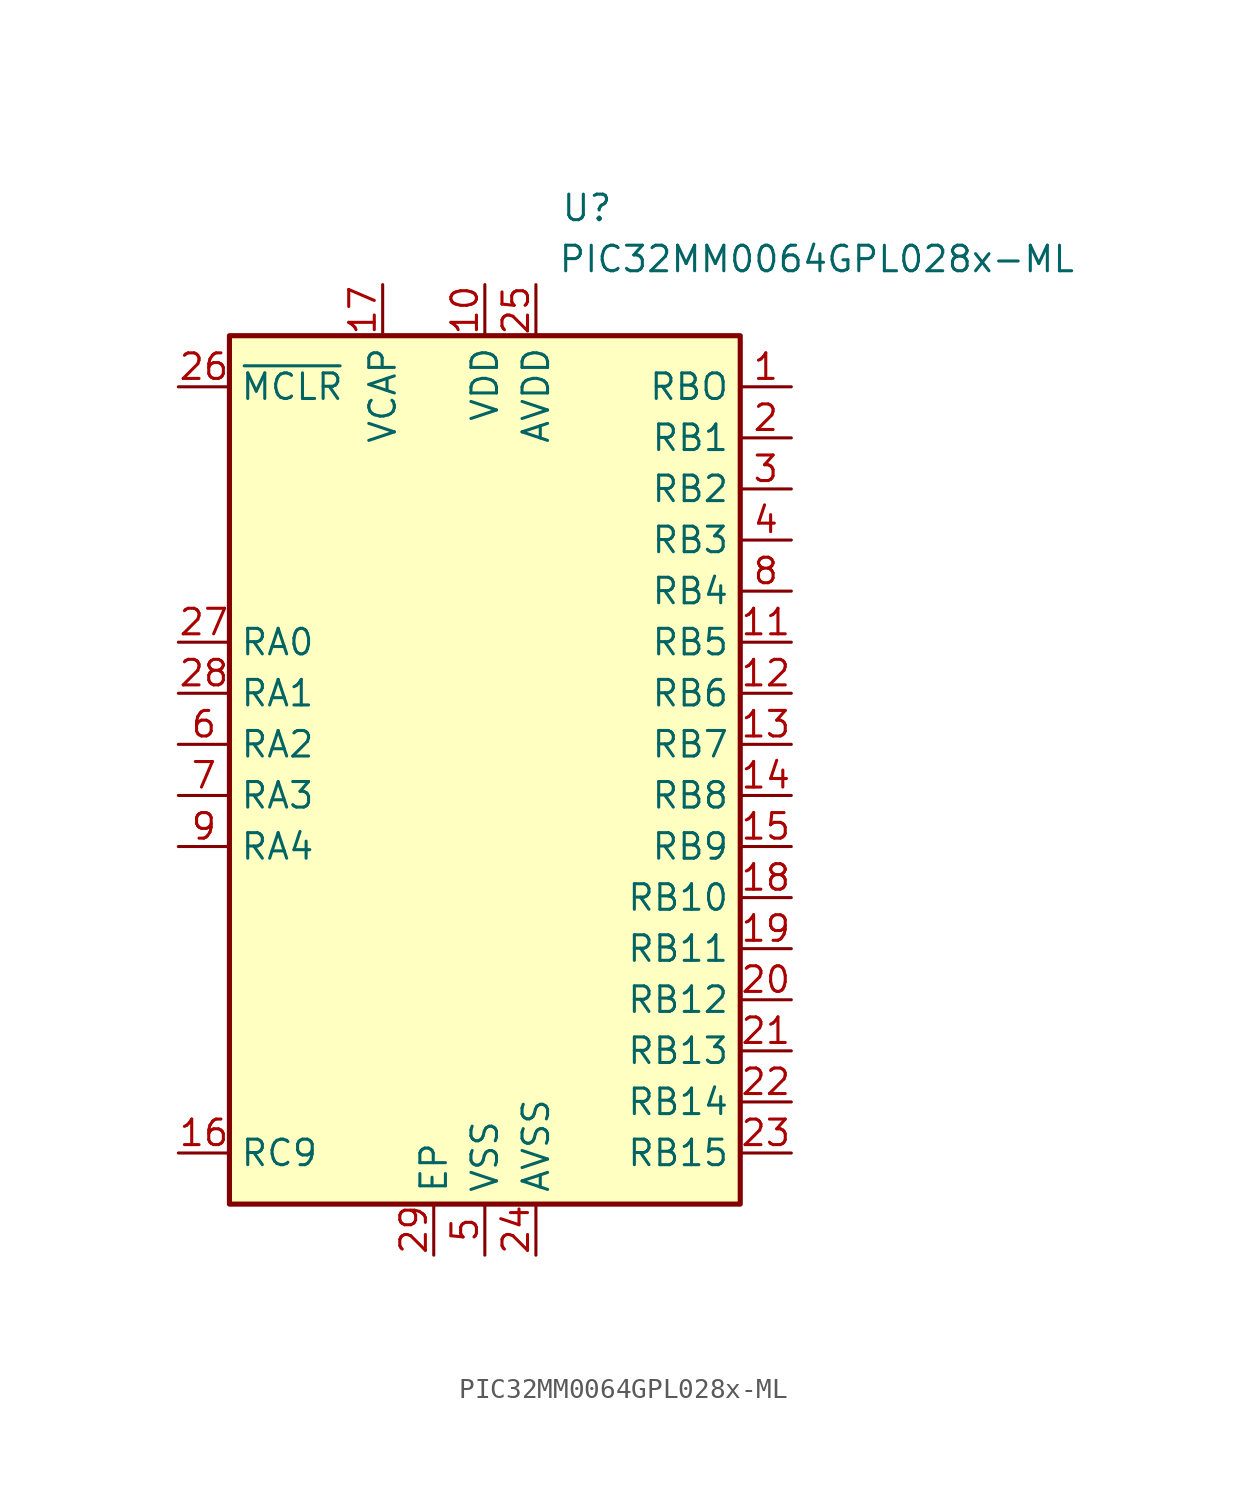
<source format=kicad_sym>
(kicad_symbol_lib
  (version 20201005)
  (generator kicad_symbol_editor)
  (symbol "PIC32MM0064GPL028x-ML"
    (property "Reference" "U"
      (at 5.08 26.67 0)
      (effects (font (size 1.27 1.27))))
    (property "Value" "PIC32MM0064GPL028x-ML"
      (at 16.51 24.13 0)
      (effects (font (size 1.27 1.27))))
    (symbol "PIC32MM0064GPL028x-ML_0_0"
      (pin bidirectional line (at 15.24 17.78 180) (length 2.54) (name "RBO" (effects (font (size 1.27 1.27)))) (number "1" (effects (font (size 1.27 1.27)))))
      (pin power_in line (at 0 22.86 270) (length 2.54) (name "VDD" (effects (font (size 1.27 1.27)))) (number "10" (effects (font (size 1.27 1.27)))))
      (pin bidirectional line (at 15.24 5.08 180) (length 2.54) (name "RB5" (effects (font (size 1.27 1.27)))) (number "11" (effects (font (size 1.27 1.27)))))
      (pin bidirectional line (at 15.24 2.54 180) (length 2.54) (name "RB6" (effects (font (size 1.27 1.27)))) (number "12" (effects (font (size 1.27 1.27)))))
      (pin bidirectional line (at 15.24 0 180) (length 2.54) (name "RB7" (effects (font (size 1.27 1.27)))) (number "13" (effects (font (size 1.27 1.27)))))
      (pin bidirectional line (at 15.24 -2.54 180) (length 2.54) (name "RB8" (effects (font (size 1.27 1.27)))) (number "14" (effects (font (size 1.27 1.27)))))
      (pin bidirectional line (at 15.24 -5.08 180) (length 2.54) (name "RB9" (effects (font (size 1.27 1.27)))) (number "15" (effects (font (size 1.27 1.27)))))
      (pin bidirectional line (at -15.24 -20.32 0) (length 2.54) (name "RC9" (effects (font (size 1.27 1.27)))) (number "16" (effects (font (size 1.27 1.27)))))
      (pin power_out line (at -5.08 22.86 270) (length 2.54) (name "VCAP" (effects (font (size 1.27 1.27)))) (number "17" (effects (font (size 1.27 1.27)))))
      (pin bidirectional line (at 15.24 -7.62 180) (length 2.54) (name "RB10" (effects (font (size 1.27 1.27)))) (number "18" (effects (font (size 1.27 1.27)))))
      (pin bidirectional line (at 15.24 -10.16 180) (length 2.54) (name "RB11" (effects (font (size 1.27 1.27)))) (number "19" (effects (font (size 1.27 1.27)))))
      (pin bidirectional line (at 15.24 15.24 180) (length 2.54) (name "RB1" (effects (font (size 1.27 1.27)))) (number "2" (effects (font (size 1.27 1.27)))))
      (pin bidirectional line (at 15.24 -12.7 180) (length 2.54) (name "RB12" (effects (font (size 1.27 1.27)))) (number "20" (effects (font (size 1.27 1.27)))))
      (pin bidirectional line (at 15.24 -15.24 180) (length 2.54) (name "RB13" (effects (font (size 1.27 1.27)))) (number "21" (effects (font (size 1.27 1.27)))))
      (pin bidirectional line (at 15.24 -17.78 180) (length 2.54) (name "RB14" (effects (font (size 1.27 1.27)))) (number "22" (effects (font (size 1.27 1.27)))))
      (pin bidirectional line (at 15.24 -20.32 180) (length 2.54) (name "RB15" (effects (font (size 1.27 1.27)))) (number "23" (effects (font (size 1.27 1.27)))))
      (pin power_in line (at 2.54 -25.4 90) (length 2.54) (name "AVSS" (effects (font (size 1.27 1.27)))) (number "24" (effects (font (size 1.27 1.27)))))
      (pin power_in line (at 2.54 22.86 270) (length 2.54) (name "AVDD" (effects (font (size 1.27 1.27)))) (number "25" (effects (font (size 1.27 1.27)))))
      (pin input line (at -15.24 17.78 0) (length 2.54) (name "~MCLR~" (effects (font (size 1.27 1.27)))) (number "26" (effects (font (size 1.27 1.27)))))
      (pin bidirectional line (at -15.24 5.08 0) (length 2.54) (name "RA0" (effects (font (size 1.27 1.27)))) (number "27" (effects (font (size 1.27 1.27)))))
      (pin bidirectional line (at -15.24 2.54 0) (length 2.54) (name "RA1" (effects (font (size 1.27 1.27)))) (number "28" (effects (font (size 1.27 1.27)))))
      (pin passive line (at -2.54 -25.4 90) (length 2.54) (name "EP" (effects (font (size 1.27 1.27)))) (number "29" (effects (font (size 1.27 1.27)))))
      (pin bidirectional line (at 15.24 12.7 180) (length 2.54) (name "RB2" (effects (font (size 1.27 1.27)))) (number "3" (effects (font (size 1.27 1.27)))))
      (pin bidirectional line (at 15.24 10.16 180) (length 2.54) (name "RB3" (effects (font (size 1.27 1.27)))) (number "4" (effects (font (size 1.27 1.27)))))
      (pin power_in line (at 0 -25.4 90) (length 2.54) (name "VSS" (effects (font (size 1.27 1.27)))) (number "5" (effects (font (size 1.27 1.27)))))
      (pin bidirectional line (at -15.24 0 0) (length 2.54) (name "RA2" (effects (font (size 1.27 1.27)))) (number "6" (effects (font (size 1.27 1.27)))))
      (pin bidirectional line (at -15.24 -2.54 0) (length 2.54) (name "RA3" (effects (font (size 1.27 1.27)))) (number "7" (effects (font (size 1.27 1.27)))))
      (pin bidirectional line (at 15.24 7.62 180) (length 2.54) (name "RB4" (effects (font (size 1.27 1.27)))) (number "8" (effects (font (size 1.27 1.27)))))
      (pin bidirectional line (at -15.24 -5.08 0) (length 2.54) (name "RA4" (effects (font (size 1.27 1.27)))) (number "9" (effects (font (size 1.27 1.27))))))
    (symbol "PIC32MM0064GPL028x-ML_0_1"
      (rectangle (start -12.7 20.32) (end 12.7 -22.86) (stroke (width 0.254)) (fill (type background))))))
</source>
